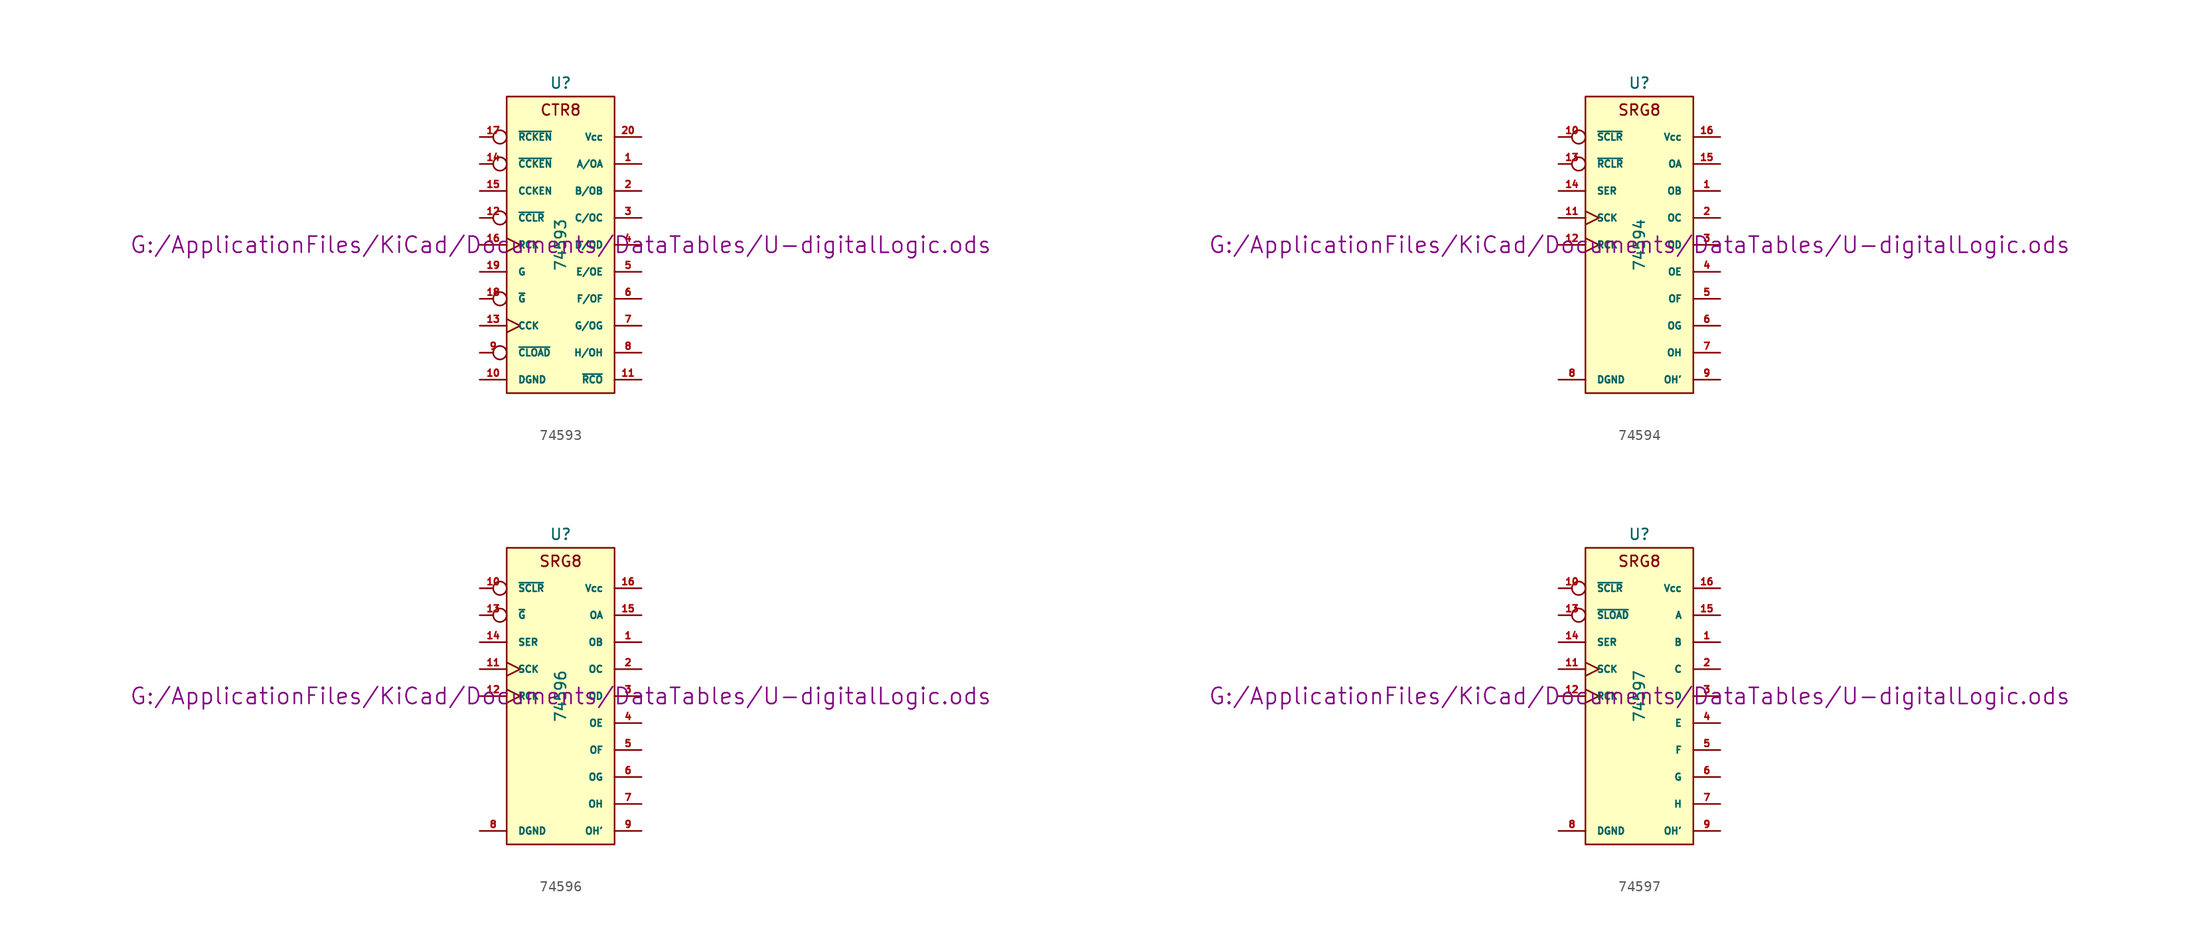
<source format=kicad_sym>
(kicad_symbol_lib
  (version 20211014)
  (generator kicad_symbol_editor)
  (symbol "74593"
    (pin_names
      (offset 1.016))
    (property "Reference" "U"
      (at 0 15.24 0)
      (effects (font (size 1.016 1.016))))
    (property "Value" "74593"
      (at 0 0 90)
      (effects (font (size 1.016 1.016))))
    (property "Footprint" ""
      (at 0 0 0)
      (effects (font (size 1.524 1.524))))
    (property "Datasheet" "G:/ApplicationFiles/KiCad/Documents/DataTables/U-digitalLogic.ods"
      (at 0 0 0)
      (effects (font (size 1.524 1.524))))
    (symbol "74593_0_0"
      (text "CTR8" (at 0 12.7 0) (effects (font (size 1.016 1.016)))))
    (symbol "74593_0_1"
      (rectangle (start -5.08 13.97) (end 5.08 -13.97) (stroke (width 0) (type default) (color 0 0 0 0)) (fill (type background))))
    (symbol "74593_1_1"
      (pin bidirectional line (at 7.62 7.62 180) (length 2.54) (name "A/OA" (effects (font (size 0.635 0.635)))) (number "1" (effects (font (size 0.635 0.635)))))
      (pin power_in line (at -7.62 -12.7 0) (length 2.54) (name "DGND" (effects (font (size 0.635 0.635)))) (number "10" (effects (font (size 0.635 0.635)))))
      (pin output line (at 7.62 -12.7 180) (length 2.54) (name "~{RCO}" (effects (font (size 0.635 0.635)))) (number "11" (effects (font (size 0.635 0.635)))))
      (pin input inverted (at -7.62 2.54 0) (length 2.54) (name "~{CCLR}" (effects (font (size 0.635 0.635)))) (number "12" (effects (font (size 0.635 0.635)))))
      (pin input clock (at -7.62 -7.62 0) (length 2.54) (name "CCK" (effects (font (size 0.635 0.635)))) (number "13" (effects (font (size 0.635 0.635)))))
      (pin input inverted (at -7.62 7.62 0) (length 2.54) (name "~{CCKEN}" (effects (font (size 0.635 0.635)))) (number "14" (effects (font (size 0.635 0.635)))))
      (pin input line (at -7.62 5.08 0) (length 2.54) (name "CCKEN" (effects (font (size 0.635 0.635)))) (number "15" (effects (font (size 0.635 0.635)))))
      (pin input clock (at -7.62 0 0) (length 2.54) (name "RCK" (effects (font (size 0.635 0.635)))) (number "16" (effects (font (size 0.635 0.635)))))
      (pin input inverted (at -7.62 10.16 0) (length 2.54) (name "~{RCKEN}" (effects (font (size 0.635 0.635)))) (number "17" (effects (font (size 0.635 0.635)))))
      (pin input inverted (at -7.62 -5.08 0) (length 2.54) (name "~{G}" (effects (font (size 0.635 0.635)))) (number "18" (effects (font (size 0.635 0.635)))))
      (pin input line (at -7.62 -2.54 0) (length 2.54) (name "G" (effects (font (size 0.635 0.635)))) (number "19" (effects (font (size 0.635 0.635)))))
      (pin bidirectional line (at 7.62 5.08 180) (length 2.54) (name "B/OB" (effects (font (size 0.635 0.635)))) (number "2" (effects (font (size 0.635 0.635)))))
      (pin power_in line (at 7.62 10.16 180) (length 2.54) (name "Vcc" (effects (font (size 0.635 0.635)))) (number "20" (effects (font (size 0.635 0.635)))))
      (pin bidirectional line (at 7.62 2.54 180) (length 2.54) (name "C/OC" (effects (font (size 0.635 0.635)))) (number "3" (effects (font (size 0.635 0.635)))))
      (pin bidirectional line (at 7.62 0 180) (length 2.54) (name "D/OD" (effects (font (size 0.635 0.635)))) (number "4" (effects (font (size 0.635 0.635)))))
      (pin bidirectional line (at 7.62 -2.54 180) (length 2.54) (name "E/OE" (effects (font (size 0.635 0.635)))) (number "5" (effects (font (size 0.635 0.635)))))
      (pin bidirectional line (at 7.62 -5.08 180) (length 2.54) (name "F/OF" (effects (font (size 0.635 0.635)))) (number "6" (effects (font (size 0.635 0.635)))))
      (pin bidirectional line (at 7.62 -7.62 180) (length 2.54) (name "G/OG" (effects (font (size 0.635 0.635)))) (number "7" (effects (font (size 0.635 0.635)))))
      (pin bidirectional line (at 7.62 -10.16 180) (length 2.54) (name "H/OH" (effects (font (size 0.635 0.635)))) (number "8" (effects (font (size 0.635 0.635)))))
      (pin input inverted (at -7.62 -10.16 0) (length 2.54) (name "~{CLOAD}" (effects (font (size 0.635 0.635)))) (number "9" (effects (font (size 0.635 0.635)))))))
  (symbol "74594"
    (pin_names
      (offset 1.016))
    (property "Reference" "U"
      (at 0 15.24 0)
      (effects (font (size 1.016 1.016))))
    (property "Value" "74594"
      (at 0 0 90)
      (effects (font (size 1.016 1.016))))
    (property "Footprint" ""
      (at 0 0 0)
      (effects (font (size 1.524 1.524))))
    (property "Datasheet" "G:/ApplicationFiles/KiCad/Documents/DataTables/U-digitalLogic.ods"
      (at 0 0 0)
      (effects (font (size 1.524 1.524))))
    (symbol "74594_0_0"
      (text "SRG8" (at 0 12.7 0) (effects (font (size 1.016 1.016)))))
    (symbol "74594_0_1"
      (rectangle (start -5.08 13.97) (end 5.08 -13.97) (stroke (width 0) (type default) (color 0 0 0 0)) (fill (type background))))
    (symbol "74594_1_1"
      (pin output line (at 7.62 5.08 180) (length 2.54) (name "OB" (effects (font (size 0.635 0.635)))) (number "1" (effects (font (size 0.635 0.635)))))
      (pin input inverted (at -7.62 10.16 0) (length 2.54) (name "~{SCLR}" (effects (font (size 0.635 0.635)))) (number "10" (effects (font (size 0.635 0.635)))))
      (pin input clock (at -7.62 2.54 0) (length 2.54) (name "SCK" (effects (font (size 0.635 0.635)))) (number "11" (effects (font (size 0.635 0.635)))))
      (pin input clock (at -7.62 0 0) (length 2.54) (name "RCK" (effects (font (size 0.635 0.635)))) (number "12" (effects (font (size 0.635 0.635)))))
      (pin input inverted (at -7.62 7.62 0) (length 2.54) (name "~{RCLR}" (effects (font (size 0.635 0.635)))) (number "13" (effects (font (size 0.635 0.635)))))
      (pin input line (at -7.62 5.08 0) (length 2.54) (name "SER" (effects (font (size 0.635 0.635)))) (number "14" (effects (font (size 0.635 0.635)))))
      (pin output line (at 7.62 7.62 180) (length 2.54) (name "OA" (effects (font (size 0.635 0.635)))) (number "15" (effects (font (size 0.635 0.635)))))
      (pin power_in line (at 7.62 10.16 180) (length 2.54) (name "Vcc" (effects (font (size 0.635 0.635)))) (number "16" (effects (font (size 0.635 0.635)))))
      (pin output line (at 7.62 2.54 180) (length 2.54) (name "OC" (effects (font (size 0.635 0.635)))) (number "2" (effects (font (size 0.635 0.635)))))
      (pin output line (at 7.62 0 180) (length 2.54) (name "OD" (effects (font (size 0.635 0.635)))) (number "3" (effects (font (size 0.635 0.635)))))
      (pin output line (at 7.62 -2.54 180) (length 2.54) (name "OE" (effects (font (size 0.635 0.635)))) (number "4" (effects (font (size 0.635 0.635)))))
      (pin output line (at 7.62 -5.08 180) (length 2.54) (name "OF" (effects (font (size 0.635 0.635)))) (number "5" (effects (font (size 0.635 0.635)))))
      (pin output line (at 7.62 -7.62 180) (length 2.54) (name "OG" (effects (font (size 0.635 0.635)))) (number "6" (effects (font (size 0.635 0.635)))))
      (pin output line (at 7.62 -10.16 180) (length 2.54) (name "OH" (effects (font (size 0.635 0.635)))) (number "7" (effects (font (size 0.635 0.635)))))
      (pin power_in line (at -7.62 -12.7 0) (length 2.54) (name "DGND" (effects (font (size 0.635 0.635)))) (number "8" (effects (font (size 0.635 0.635)))))
      (pin output line (at 7.62 -12.7 180) (length 2.54) (name "OH'" (effects (font (size 0.635 0.635)))) (number "9" (effects (font (size 0.635 0.635)))))))
  (symbol "74596"
    (pin_names
      (offset 1.016))
    (property "Reference" "U"
      (at 0 15.24 0)
      (effects (font (size 1.016 1.016))))
    (property "Value" "74596"
      (at 0 0 90)
      (effects (font (size 1.016 1.016))))
    (property "Footprint" ""
      (at 0 0 0)
      (effects (font (size 1.524 1.524))))
    (property "Datasheet" "G:/ApplicationFiles/KiCad/Documents/DataTables/U-digitalLogic.ods"
      (at 0 0 0)
      (effects (font (size 1.524 1.524))))
    (symbol "74596_0_0"
      (text "SRG8" (at 0 12.7 0) (effects (font (size 1.016 1.016)))))
    (symbol "74596_0_1"
      (rectangle (start -5.08 13.97) (end 5.08 -13.97) (stroke (width 0) (type default) (color 0 0 0 0)) (fill (type background))))
    (symbol "74596_1_1"
      (pin output line (at 7.62 5.08 180) (length 2.54) (name "OB" (effects (font (size 0.635 0.635)))) (number "1" (effects (font (size 0.635 0.635)))))
      (pin input inverted (at -7.62 10.16 0) (length 2.54) (name "~{SCLR}" (effects (font (size 0.635 0.635)))) (number "10" (effects (font (size 0.635 0.635)))))
      (pin input clock (at -7.62 2.54 0) (length 2.54) (name "SCK" (effects (font (size 0.635 0.635)))) (number "11" (effects (font (size 0.635 0.635)))))
      (pin input clock (at -7.62 0 0) (length 2.54) (name "RCK" (effects (font (size 0.635 0.635)))) (number "12" (effects (font (size 0.635 0.635)))))
      (pin input inverted (at -7.62 7.62 0) (length 2.54) (name "~{G}" (effects (font (size 0.635 0.635)))) (number "13" (effects (font (size 0.635 0.635)))))
      (pin input line (at -7.62 5.08 0) (length 2.54) (name "SER" (effects (font (size 0.635 0.635)))) (number "14" (effects (font (size 0.635 0.635)))))
      (pin output line (at 7.62 7.62 180) (length 2.54) (name "OA" (effects (font (size 0.635 0.635)))) (number "15" (effects (font (size 0.635 0.635)))))
      (pin power_in line (at 7.62 10.16 180) (length 2.54) (name "Vcc" (effects (font (size 0.635 0.635)))) (number "16" (effects (font (size 0.635 0.635)))))
      (pin output line (at 7.62 2.54 180) (length 2.54) (name "OC" (effects (font (size 0.635 0.635)))) (number "2" (effects (font (size 0.635 0.635)))))
      (pin output line (at 7.62 0 180) (length 2.54) (name "OD" (effects (font (size 0.635 0.635)))) (number "3" (effects (font (size 0.635 0.635)))))
      (pin output line (at 7.62 -2.54 180) (length 2.54) (name "OE" (effects (font (size 0.635 0.635)))) (number "4" (effects (font (size 0.635 0.635)))))
      (pin output line (at 7.62 -5.08 180) (length 2.54) (name "OF" (effects (font (size 0.635 0.635)))) (number "5" (effects (font (size 0.635 0.635)))))
      (pin output line (at 7.62 -7.62 180) (length 2.54) (name "OG" (effects (font (size 0.635 0.635)))) (number "6" (effects (font (size 0.635 0.635)))))
      (pin output line (at 7.62 -10.16 180) (length 2.54) (name "OH" (effects (font (size 0.635 0.635)))) (number "7" (effects (font (size 0.635 0.635)))))
      (pin power_in line (at -7.62 -12.7 0) (length 2.54) (name "DGND" (effects (font (size 0.635 0.635)))) (number "8" (effects (font (size 0.635 0.635)))))
      (pin output line (at 7.62 -12.7 180) (length 2.54) (name "OH'" (effects (font (size 0.635 0.635)))) (number "9" (effects (font (size 0.635 0.635)))))))
  (symbol "74597"
    (pin_names
      (offset 1.016))
    (property "Reference" "U"
      (at 0 15.24 0)
      (effects (font (size 1.016 1.016))))
    (property "Value" "74597"
      (at 0 0 90)
      (effects (font (size 1.016 1.016))))
    (property "Footprint" ""
      (at 0 0 0)
      (effects (font (size 1.524 1.524))))
    (property "Datasheet" "G:/ApplicationFiles/KiCad/Documents/DataTables/U-digitalLogic.ods"
      (at 0 0 0)
      (effects (font (size 1.524 1.524))))
    (symbol "74597_0_0"
      (text "SRG8" (at 0 12.7 0) (effects (font (size 1.016 1.016)))))
    (symbol "74597_0_1"
      (rectangle (start -5.08 13.97) (end 5.08 -13.97) (stroke (width 0) (type default) (color 0 0 0 0)) (fill (type background))))
    (symbol "74597_1_1"
      (pin input line (at 7.62 5.08 180) (length 2.54) (name "B" (effects (font (size 0.635 0.635)))) (number "1" (effects (font (size 0.635 0.635)))))
      (pin input inverted (at -7.62 10.16 0) (length 2.54) (name "~{SCLR}" (effects (font (size 0.635 0.635)))) (number "10" (effects (font (size 0.635 0.635)))))
      (pin input clock (at -7.62 2.54 0) (length 2.54) (name "SCK" (effects (font (size 0.635 0.635)))) (number "11" (effects (font (size 0.635 0.635)))))
      (pin input clock (at -7.62 0 0) (length 2.54) (name "RCK" (effects (font (size 0.635 0.635)))) (number "12" (effects (font (size 0.635 0.635)))))
      (pin input inverted (at -7.62 7.62 0) (length 2.54) (name "~{SLOAD}" (effects (font (size 0.635 0.635)))) (number "13" (effects (font (size 0.635 0.635)))))
      (pin input line (at -7.62 5.08 0) (length 2.54) (name "SER" (effects (font (size 0.635 0.635)))) (number "14" (effects (font (size 0.635 0.635)))))
      (pin input line (at 7.62 7.62 180) (length 2.54) (name "A" (effects (font (size 0.635 0.635)))) (number "15" (effects (font (size 0.635 0.635)))))
      (pin power_in line (at 7.62 10.16 180) (length 2.54) (name "Vcc" (effects (font (size 0.635 0.635)))) (number "16" (effects (font (size 0.635 0.635)))))
      (pin input line (at 7.62 2.54 180) (length 2.54) (name "C" (effects (font (size 0.635 0.635)))) (number "2" (effects (font (size 0.635 0.635)))))
      (pin input line (at 7.62 0 180) (length 2.54) (name "D" (effects (font (size 0.635 0.635)))) (number "3" (effects (font (size 0.635 0.635)))))
      (pin input line (at 7.62 -2.54 180) (length 2.54) (name "E" (effects (font (size 0.635 0.635)))) (number "4" (effects (font (size 0.635 0.635)))))
      (pin input line (at 7.62 -5.08 180) (length 2.54) (name "F" (effects (font (size 0.635 0.635)))) (number "5" (effects (font (size 0.635 0.635)))))
      (pin input line (at 7.62 -7.62 180) (length 2.54) (name "G" (effects (font (size 0.635 0.635)))) (number "6" (effects (font (size 0.635 0.635)))))
      (pin input line (at 7.62 -10.16 180) (length 2.54) (name "H" (effects (font (size 0.635 0.635)))) (number "7" (effects (font (size 0.635 0.635)))))
      (pin power_in line (at -7.62 -12.7 0) (length 2.54) (name "DGND" (effects (font (size 0.635 0.635)))) (number "8" (effects (font (size 0.635 0.635)))))
      (pin output line (at 7.62 -12.7 180) (length 2.54) (name "OH'" (effects (font (size 0.635 0.635)))) (number "9" (effects (font (size 0.635 0.635))))))))
</source>
